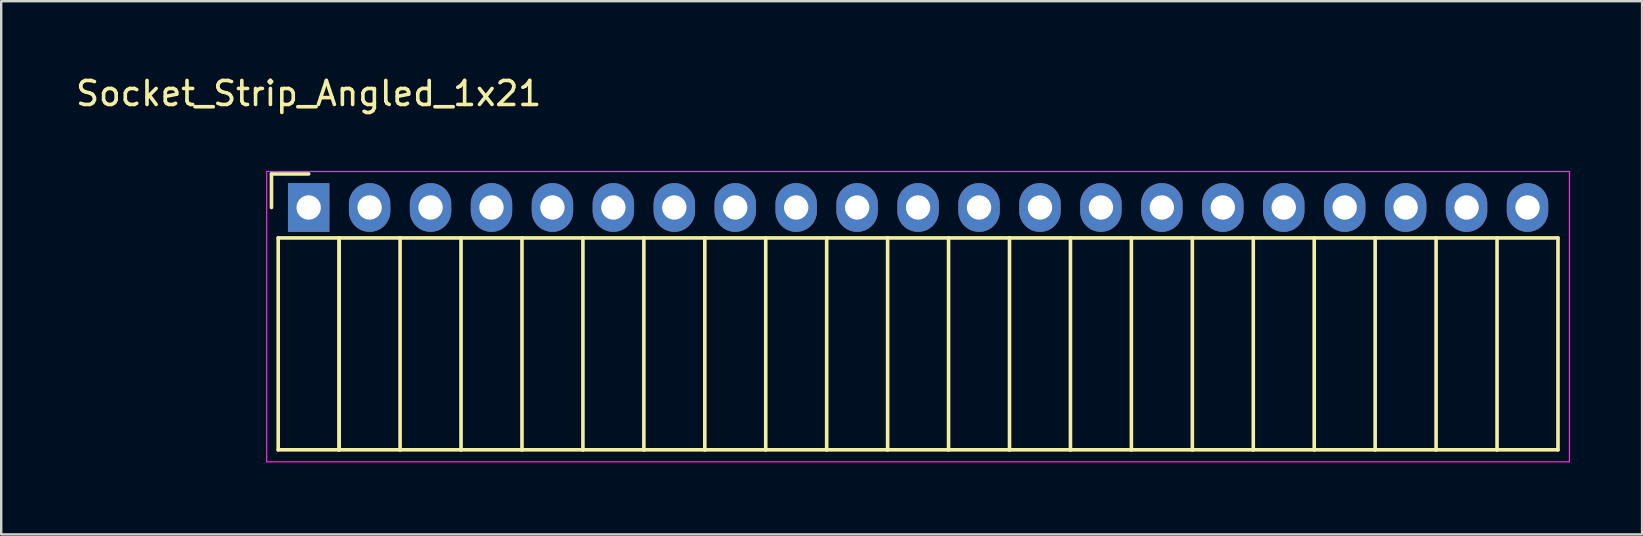
<source format=kicad_pcb>
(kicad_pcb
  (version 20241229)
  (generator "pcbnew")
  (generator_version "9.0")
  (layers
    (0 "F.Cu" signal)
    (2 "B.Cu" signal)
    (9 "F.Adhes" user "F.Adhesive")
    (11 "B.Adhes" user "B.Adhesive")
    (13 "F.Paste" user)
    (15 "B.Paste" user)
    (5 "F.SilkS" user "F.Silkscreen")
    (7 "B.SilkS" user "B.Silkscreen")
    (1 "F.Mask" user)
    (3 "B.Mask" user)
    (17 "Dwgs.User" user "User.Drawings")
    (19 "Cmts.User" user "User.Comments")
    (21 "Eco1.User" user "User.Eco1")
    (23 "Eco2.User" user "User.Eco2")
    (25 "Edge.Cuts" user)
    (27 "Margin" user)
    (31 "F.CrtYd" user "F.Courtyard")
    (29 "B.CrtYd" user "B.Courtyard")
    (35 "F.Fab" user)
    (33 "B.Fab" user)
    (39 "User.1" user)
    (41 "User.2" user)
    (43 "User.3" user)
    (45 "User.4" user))
  (footprint "Socket_Strip_Angled_1x21"
    (layer "F.Cu")
    (at 9.815 5.598)
    (property "Reference" "Socket_Strip_Angled_1x21" (at 0 -4.75 0) (layer "F.SilkS") (effects (font (size 1 1) (thickness 0.15))))
    (attr through_hole)
    (fp_line (start -1.55 -1.4) (end -1.55 0) (stroke (width 0.15) (type solid)) (layer "F.SilkS"))
    (fp_line (start -1.27 1.27) (end -1.27 10.1) (stroke (width 0.15) (type solid)) (layer "F.SilkS"))
    (fp_line (start -1.27 1.27) (end 1.27 1.27) (stroke (width 0.15) (type solid)) (layer "F.SilkS"))
    (fp_line (start -1.27 10.1) (end 1.27 10.1) (stroke (width 0.15) (type solid)) (layer "F.SilkS"))
    (fp_line (start 0 -1.4) (end -1.55 -1.4) (stroke (width 0.15) (type solid)) (layer "F.SilkS"))
    (fp_line (start 1.27 1.27) (end 1.27 10.1) (stroke (width 0.15) (type solid)) (layer "F.SilkS"))
    (fp_line (start 1.27 1.27) (end 3.81 1.27) (stroke (width 0.15) (type solid)) (layer "F.SilkS"))
    (fp_line (start 1.27 10.1) (end 1.27 1.27) (stroke (width 0.15) (type solid)) (layer "F.SilkS"))
    (fp_line (start 1.27 10.1) (end 3.81 10.1) (stroke (width 0.15) (type solid)) (layer "F.SilkS"))
    (fp_line (start 3.81 1.27) (end 6.35 1.27) (stroke (width 0.15) (type solid)) (layer "F.SilkS"))
    (fp_line (start 3.81 10.1) (end 3.81 1.27) (stroke (width 0.15) (type solid)) (layer "F.SilkS"))
    (fp_line (start 3.81 10.1) (end 6.35 10.1) (stroke (width 0.15) (type solid)) (layer "F.SilkS"))
    (fp_line (start 6.35 1.27) (end 8.89 1.27) (stroke (width 0.15) (type solid)) (layer "F.SilkS"))
    (fp_line (start 6.35 10.1) (end 6.35 1.27) (stroke (width 0.15) (type solid)) (layer "F.SilkS"))
    (fp_line (start 6.35 10.1) (end 8.89 10.1) (stroke (width 0.15) (type solid)) (layer "F.SilkS"))
    (fp_line (start 8.89 1.27) (end 11.43 1.27) (stroke (width 0.15) (type solid)) (layer "F.SilkS"))
    (fp_line (start 8.89 10.1) (end 8.89 1.27) (stroke (width 0.15) (type solid)) (layer "F.SilkS"))
    (fp_line (start 8.89 10.1) (end 11.43 10.1) (stroke (width 0.15) (type solid)) (layer "F.SilkS"))
    (fp_line (start 11.43 1.27) (end 13.97 1.27) (stroke (width 0.15) (type solid)) (layer "F.SilkS"))
    (fp_line (start 11.43 10.1) (end 11.43 1.27) (stroke (width 0.15) (type solid)) (layer "F.SilkS"))
    (fp_line (start 11.43 10.1) (end 13.97 10.1) (stroke (width 0.15) (type solid)) (layer "F.SilkS"))
    (fp_line (start 13.97 1.27) (end 16.51 1.27) (stroke (width 0.15) (type solid)) (layer "F.SilkS"))
    (fp_line (start 13.97 10.1) (end 13.97 1.27) (stroke (width 0.15) (type solid)) (layer "F.SilkS"))
    (fp_line (start 13.97 10.1) (end 16.51 10.1) (stroke (width 0.15) (type solid)) (layer "F.SilkS"))
    (fp_line (start 16.51 1.27) (end 19.05 1.27) (stroke (width 0.15) (type solid)) (layer "F.SilkS"))
    (fp_line (start 16.51 10.1) (end 16.51 1.27) (stroke (width 0.15) (type solid)) (layer "F.SilkS"))
    (fp_line (start 16.51 10.1) (end 19.05 10.1) (stroke (width 0.15) (type solid)) (layer "F.SilkS"))
    (fp_line (start 19.05 1.27) (end 21.59 1.27) (stroke (width 0.15) (type solid)) (layer "F.SilkS"))
    (fp_line (start 19.05 10.1) (end 19.05 1.27) (stroke (width 0.15) (type solid)) (layer "F.SilkS"))
    (fp_line (start 19.05 10.1) (end 21.59 10.1) (stroke (width 0.15) (type solid)) (layer "F.SilkS"))
    (fp_line (start 21.59 1.27) (end 24.13 1.27) (stroke (width 0.15) (type solid)) (layer "F.SilkS"))
    (fp_line (start 21.59 10.1) (end 21.59 1.27) (stroke (width 0.15) (type solid)) (layer "F.SilkS"))
    (fp_line (start 21.59 10.1) (end 24.13 10.1) (stroke (width 0.15) (type solid)) (layer "F.SilkS"))
    (fp_line (start 24.13 1.27) (end 26.67 1.27) (stroke (width 0.15) (type solid)) (layer "F.SilkS"))
    (fp_line (start 24.13 10.1) (end 24.13 1.27) (stroke (width 0.15) (type solid)) (layer "F.SilkS"))
    (fp_line (start 24.13 10.1) (end 26.67 10.1) (stroke (width 0.15) (type solid)) (layer "F.SilkS"))
    (fp_line (start 26.67 1.27) (end 29.21 1.27) (stroke (width 0.15) (type solid)) (layer "F.SilkS"))
    (fp_line (start 26.67 10.1) (end 26.67 1.27) (stroke (width 0.15) (type solid)) (layer "F.SilkS"))
    (fp_line (start 26.67 10.1) (end 29.21 10.1) (stroke (width 0.15) (type solid)) (layer "F.SilkS"))
    (fp_line (start 29.21 1.27) (end 31.75 1.27) (stroke (width 0.15) (type solid)) (layer "F.SilkS"))
    (fp_line (start 29.21 10.1) (end 29.21 1.27) (stroke (width 0.15) (type solid)) (layer "F.SilkS"))
    (fp_line (start 29.21 10.1) (end 31.75 10.1) (stroke (width 0.15) (type solid)) (layer "F.SilkS"))
    (fp_line (start 31.75 1.27) (end 34.29 1.27) (stroke (width 0.15) (type solid)) (layer "F.SilkS"))
    (fp_line (start 31.75 10.1) (end 31.75 1.27) (stroke (width 0.15) (type solid)) (layer "F.SilkS"))
    (fp_line (start 31.75 10.1) (end 34.29 10.1) (stroke (width 0.15) (type solid)) (layer "F.SilkS"))
    (fp_line (start 34.29 1.27) (end 36.83 1.27) (stroke (width 0.15) (type solid)) (layer "F.SilkS"))
    (fp_line (start 34.29 10.1) (end 34.29 1.27) (stroke (width 0.15) (type solid)) (layer "F.SilkS"))
    (fp_line (start 34.29 10.1) (end 36.83 10.1) (stroke (width 0.15) (type solid)) (layer "F.SilkS"))
    (fp_line (start 36.83 1.27) (end 39.37 1.27) (stroke (width 0.15) (type solid)) (layer "F.SilkS"))
    (fp_line (start 36.83 10.1) (end 36.83 1.27) (stroke (width 0.15) (type solid)) (layer "F.SilkS"))
    (fp_line (start 36.83 10.1) (end 39.37 10.1) (stroke (width 0.15) (type solid)) (layer "F.SilkS"))
    (fp_line (start 39.37 1.27) (end 41.91 1.27) (stroke (width 0.15) (type solid)) (layer "F.SilkS"))
    (fp_line (start 39.37 10.1) (end 39.37 1.27) (stroke (width 0.15) (type solid)) (layer "F.SilkS"))
    (fp_line (start 39.37 10.1) (end 41.91 10.1) (stroke (width 0.15) (type solid)) (layer "F.SilkS"))
    (fp_line (start 41.91 1.27) (end 44.45 1.27) (stroke (width 0.15) (type solid)) (layer "F.SilkS"))
    (fp_line (start 41.91 10.1) (end 41.91 1.27) (stroke (width 0.15) (type solid)) (layer "F.SilkS"))
    (fp_line (start 41.91 10.1) (end 44.45 10.1) (stroke (width 0.15) (type solid)) (layer "F.SilkS"))
    (fp_line (start 44.45 1.27) (end 46.99 1.27) (stroke (width 0.15) (type solid)) (layer "F.SilkS"))
    (fp_line (start 44.45 10.1) (end 44.45 1.27) (stroke (width 0.15) (type solid)) (layer "F.SilkS"))
    (fp_line (start 44.45 10.1) (end 46.99 10.1) (stroke (width 0.15) (type solid)) (layer "F.SilkS"))
    (fp_line (start 46.99 1.27) (end 49.53 1.27) (stroke (width 0.15) (type solid)) (layer "F.SilkS"))
    (fp_line (start 46.99 10.1) (end 46.99 1.27) (stroke (width 0.15) (type solid)) (layer "F.SilkS"))
    (fp_line (start 46.99 10.1) (end 49.53 10.1) (stroke (width 0.15) (type solid)) (layer "F.SilkS"))
    (fp_line (start 49.53 1.27) (end 52.07 1.27) (stroke (width 0.15) (type solid)) (layer "F.SilkS"))
    (fp_line (start 49.53 10.1) (end 49.53 1.27) (stroke (width 0.15) (type solid)) (layer "F.SilkS"))
    (fp_line (start 49.53 10.1) (end 52.07 10.1) (stroke (width 0.15) (type solid)) (layer "F.SilkS"))
    (fp_line (start 52.07 10.1) (end 52.07 1.27) (stroke (width 0.15) (type solid)) (layer "F.SilkS"))
    (fp_line (start -1.75 -1.5) (end -1.75 10.6) (stroke (width 0.05) (type solid)) (layer "F.CrtYd"))
    (fp_line (start -1.75 -1.5) (end 52.55 -1.5) (stroke (width 0.05) (type solid)) (layer "F.CrtYd"))
    (fp_line (start -1.75 10.6) (end 52.55 10.6) (stroke (width 0.05) (type solid)) (layer "F.CrtYd"))
    (fp_line (start 52.55 -1.5) (end 52.55 10.6) (stroke (width 0.05) (type solid)) (layer "F.CrtYd"))
    (pad "1" thru_hole rect (at 0 0) (size 1.727 2.032) (drill 1.016) (layers "*.Cu" "*.Mask"))
    (pad "2" thru_hole oval (at 2.54 0) (size 1.727 2.032) (drill 1.016) (layers "*.Cu" "*.Mask"))
    (pad "3" thru_hole oval (at 5.08 0) (size 1.727 2.032) (drill 1.016) (layers "*.Cu" "*.Mask"))
    (pad "4" thru_hole oval (at 7.62 0) (size 1.727 2.032) (drill 1.016) (layers "*.Cu" "*.Mask"))
    (pad "5" thru_hole oval (at 10.16 0) (size 1.727 2.032) (drill 1.016) (layers "*.Cu" "*.Mask"))
    (pad "6" thru_hole oval (at 12.7 0) (size 1.727 2.032) (drill 1.016) (layers "*.Cu" "*.Mask"))
    (pad "7" thru_hole oval (at 15.24 0) (size 1.727 2.032) (drill 1.016) (layers "*.Cu" "*.Mask"))
    (pad "8" thru_hole oval (at 17.78 0) (size 1.727 2.032) (drill 1.016) (layers "*.Cu" "*.Mask"))
    (pad "9" thru_hole oval (at 20.32 0) (size 1.727 2.032) (drill 1.016) (layers "*.Cu" "*.Mask"))
    (pad "10" thru_hole oval (at 22.86 0) (size 1.727 2.032) (drill 1.016) (layers "*.Cu" "*.Mask"))
    (pad "11" thru_hole oval (at 25.4 0) (size 1.727 2.032) (drill 1.016) (layers "*.Cu" "*.Mask"))
    (pad "12" thru_hole oval (at 27.94 0) (size 1.727 2.032) (drill 1.016) (layers "*.Cu" "*.Mask"))
    (pad "13" thru_hole oval (at 30.48 0) (size 1.727 2.032) (drill 1.016) (layers "*.Cu" "*.Mask"))
    (pad "14" thru_hole oval (at 33.02 0) (size 1.727 2.032) (drill 1.016) (layers "*.Cu" "*.Mask"))
    (pad "15" thru_hole oval (at 35.56 0) (size 1.727 2.032) (drill 1.016) (layers "*.Cu" "*.Mask"))
    (pad "16" thru_hole oval (at 38.1 0) (size 1.727 2.032) (drill 1.016) (layers "*.Cu" "*.Mask"))
    (pad "17" thru_hole oval (at 40.64 0) (size 1.727 2.032) (drill 1.016) (layers "*.Cu" "*.Mask"))
    (pad "18" thru_hole oval (at 43.18 0) (size 1.727 2.032) (drill 1.016) (layers "*.Cu" "*.Mask"))
    (pad "19" thru_hole oval (at 45.72 0) (size 1.727 2.032) (drill 1.016) (layers "*.Cu" "*.Mask"))
    (pad "20" thru_hole oval (at 48.26 0) (size 1.727 2.032) (drill 1.016) (layers "*.Cu" "*.Mask"))
    (pad "21" thru_hole oval (at 50.8 0) (size 1.727 2.032) (drill 1.016) (layers "*.Cu" "*.Mask")))
  (gr_rect
    (start -3 -3)
    (end 65.39 19.223)
    (stroke (width 0.1) (type default))
    (fill no)
    (layer "Edge.Cuts")))
</source>
